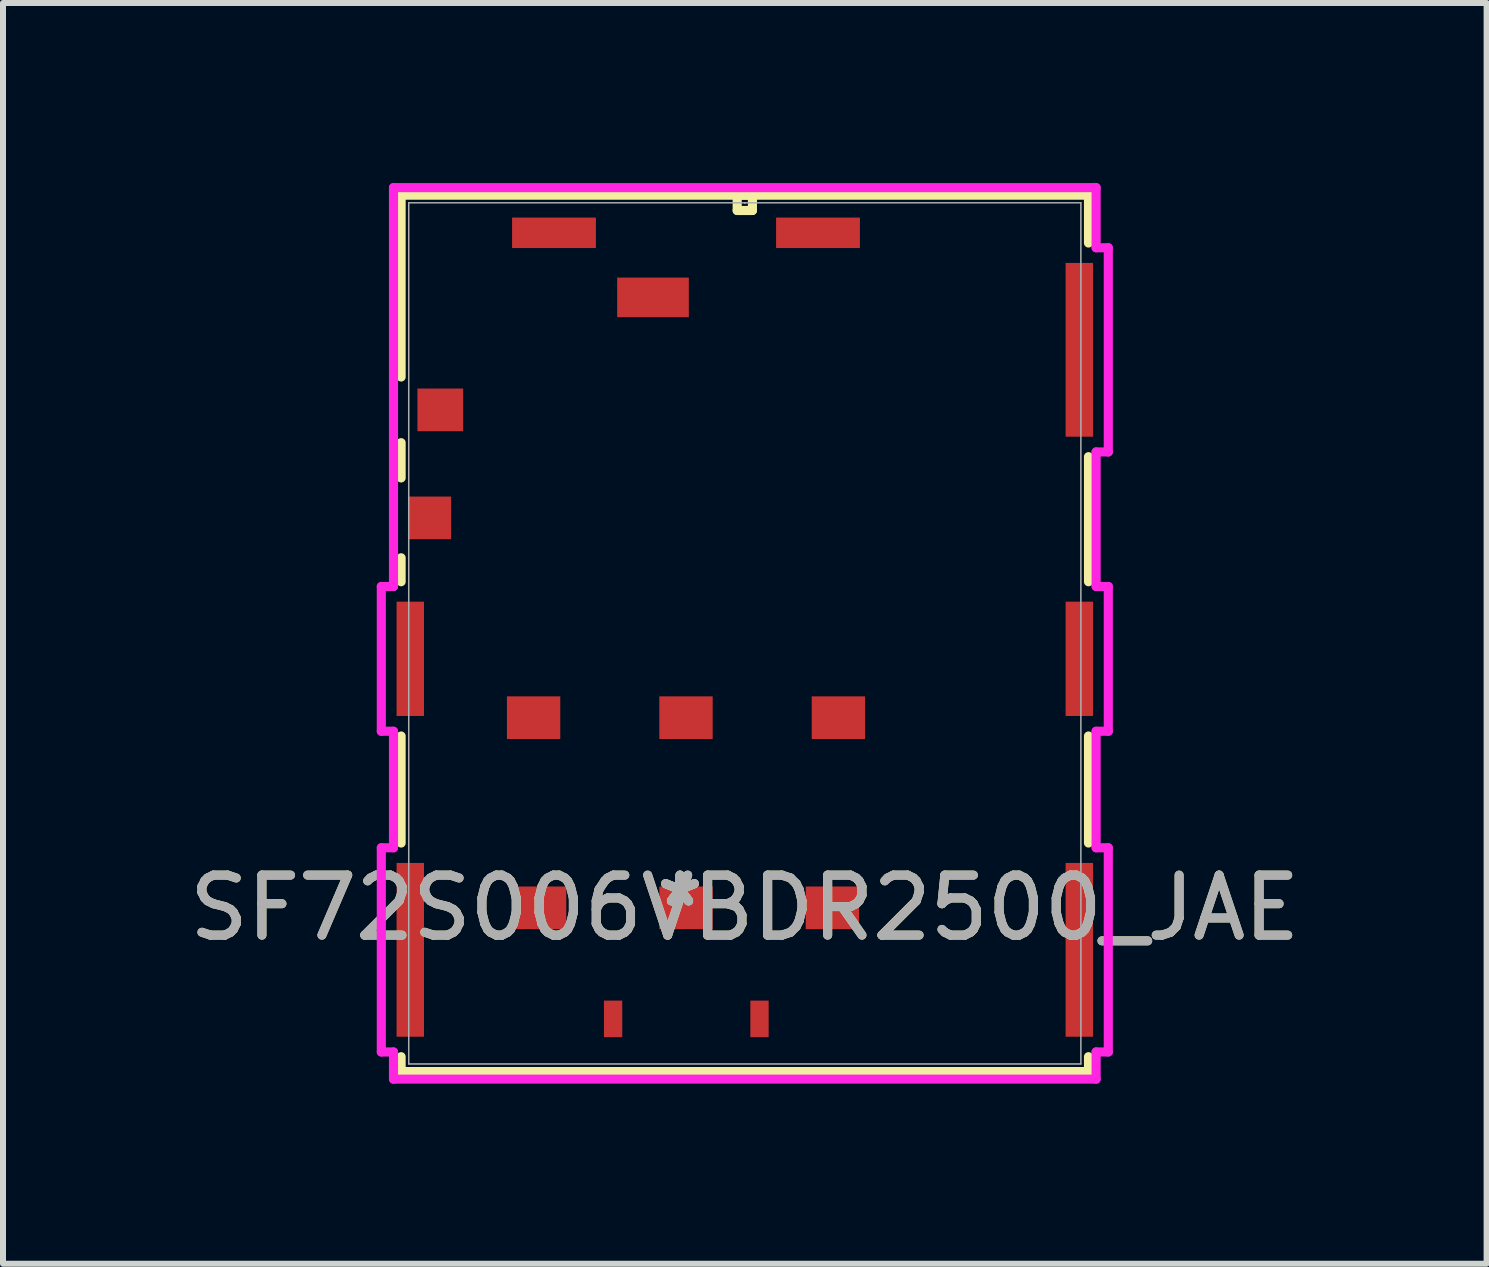
<source format=kicad_pcb>
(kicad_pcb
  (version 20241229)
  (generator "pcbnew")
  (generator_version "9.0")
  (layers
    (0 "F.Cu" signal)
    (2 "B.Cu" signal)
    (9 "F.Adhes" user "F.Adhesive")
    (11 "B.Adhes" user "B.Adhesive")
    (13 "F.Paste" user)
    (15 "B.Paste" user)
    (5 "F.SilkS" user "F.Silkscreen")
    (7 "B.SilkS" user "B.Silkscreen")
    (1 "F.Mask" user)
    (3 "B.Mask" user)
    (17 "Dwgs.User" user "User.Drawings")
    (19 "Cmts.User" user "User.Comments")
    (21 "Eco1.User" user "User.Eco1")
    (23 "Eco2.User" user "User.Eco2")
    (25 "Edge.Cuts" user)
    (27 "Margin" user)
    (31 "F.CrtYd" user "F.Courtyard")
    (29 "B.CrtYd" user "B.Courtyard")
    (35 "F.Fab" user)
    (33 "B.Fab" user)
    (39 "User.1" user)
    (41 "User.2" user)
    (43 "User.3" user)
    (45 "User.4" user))
  (footprint "SF72S006VBDR2500_JAE"
    (layer "F.Cu")
    (at 9.363 7.506)
    (property "Reference" "SF72S006VBDR2500_JAE" (at 0 4.574 0) (unlocked yes) (layer "F.SilkS") (effects (font (size 1 1) (thickness 0.15))))
    (attr smd)
    (fp_line (start -5.728 -7.303) (end -5.728 -4.273) (stroke (width 0.152) (type solid)) (layer "F.SilkS"))
    (fp_line (start -5.728 -3.178) (end -5.728 -2.591) (stroke (width 0.152) (type solid)) (layer "F.SilkS"))
    (fp_line (start -5.728 -1.26) (end -5.728 -0.861) (stroke (width 0.152) (type solid)) (layer "F.SilkS"))
    (fp_line (start -5.728 1.71) (end -5.728 3.494) (stroke (width 0.152) (type solid)) (layer "F.SilkS"))
    (fp_line (start -5.728 7.055) (end -5.728 7.303) (stroke (width 0.152) (type solid)) (layer "F.SilkS"))
    (fp_line (start -5.728 7.303) (end 5.728 7.303) (stroke (width 0.152) (type solid)) (layer "F.SilkS"))
    (fp_line (start -0.127 -7.303) (end -0.127 -7.048) (stroke (width 0.152) (type solid)) (layer "F.SilkS"))
    (fp_line (start -0.127 -7.048) (end 0.127 -7.048) (stroke (width 0.152) (type solid)) (layer "F.SilkS"))
    (fp_line (start 0.127 -7.303) (end -0.127 -7.303) (stroke (width 0.152) (type solid)) (layer "F.SilkS"))
    (fp_line (start 0.127 -7.048) (end 0.127 -7.303) (stroke (width 0.152) (type solid)) (layer "F.SilkS"))
    (fp_line (start 5.728 -7.303) (end -5.728 -7.303) (stroke (width 0.152) (type solid)) (layer "F.SilkS"))
    (fp_line (start 5.728 -6.506) (end 5.728 -7.303) (stroke (width 0.152) (type solid)) (layer "F.SilkS"))
    (fp_line (start 5.728 -0.861) (end 5.728 -2.945) (stroke (width 0.152) (type solid)) (layer "F.SilkS"))
    (fp_line (start 5.728 3.494) (end 5.728 1.71) (stroke (width 0.152) (type solid)) (layer "F.SilkS"))
    (fp_line (start 5.728 7.303) (end 5.728 7.055) (stroke (width 0.152) (type solid)) (layer "F.SilkS"))
    (fp_line (start -6.058 -0.782) (end -6.058 1.631) (stroke (width 0.152) (type solid)) (layer "F.CrtYd"))
    (fp_line (start -6.058 1.631) (end -5.855 1.631) (stroke (width 0.152) (type solid)) (layer "F.CrtYd"))
    (fp_line (start -6.058 3.573) (end -6.058 6.976) (stroke (width 0.152) (type solid)) (layer "F.CrtYd"))
    (fp_line (start -6.058 6.976) (end -5.855 6.976) (stroke (width 0.152) (type solid)) (layer "F.CrtYd"))
    (fp_line (start -5.855 -7.429) (end -5.855 -0.782) (stroke (width 0.152) (type solid)) (layer "F.CrtYd"))
    (fp_line (start -5.855 -0.782) (end -6.058 -0.782) (stroke (width 0.152) (type solid)) (layer "F.CrtYd"))
    (fp_line (start -5.855 1.631) (end -5.855 3.573) (stroke (width 0.152) (type solid)) (layer "F.CrtYd"))
    (fp_line (start -5.855 3.573) (end -6.058 3.573) (stroke (width 0.152) (type solid)) (layer "F.CrtYd"))
    (fp_line (start -5.855 6.976) (end -5.855 7.429) (stroke (width 0.152) (type solid)) (layer "F.CrtYd"))
    (fp_line (start -5.855 7.429) (end 5.855 7.429) (stroke (width 0.152) (type solid)) (layer "F.CrtYd"))
    (fp_line (start 5.855 -7.429) (end -5.855 -7.429) (stroke (width 0.152) (type solid)) (layer "F.CrtYd"))
    (fp_line (start 5.855 -6.427) (end 5.855 -7.429) (stroke (width 0.152) (type solid)) (layer "F.CrtYd"))
    (fp_line (start 5.855 -3.024) (end 6.058 -3.024) (stroke (width 0.152) (type solid)) (layer "F.CrtYd"))
    (fp_line (start 5.855 -0.782) (end 5.855 -3.024) (stroke (width 0.152) (type solid)) (layer "F.CrtYd"))
    (fp_line (start 5.855 1.631) (end 6.058 1.631) (stroke (width 0.152) (type solid)) (layer "F.CrtYd"))
    (fp_line (start 5.855 3.573) (end 5.855 1.631) (stroke (width 0.152) (type solid)) (layer "F.CrtYd"))
    (fp_line (start 5.855 6.976) (end 6.058 6.976) (stroke (width 0.152) (type solid)) (layer "F.CrtYd"))
    (fp_line (start 5.855 7.429) (end 5.855 6.976) (stroke (width 0.152) (type solid)) (layer "F.CrtYd"))
    (fp_line (start 6.058 -6.427) (end 5.855 -6.427) (stroke (width 0.152) (type solid)) (layer "F.CrtYd"))
    (fp_line (start 6.058 -3.024) (end 6.058 -6.427) (stroke (width 0.152) (type solid)) (layer "F.CrtYd"))
    (fp_line (start 6.058 -0.782) (end 5.855 -0.782) (stroke (width 0.152) (type solid)) (layer "F.CrtYd"))
    (fp_line (start 6.058 1.631) (end 6.058 -0.782) (stroke (width 0.152) (type solid)) (layer "F.CrtYd"))
    (fp_line (start 6.058 3.573) (end 5.855 3.573) (stroke (width 0.152) (type solid)) (layer "F.CrtYd"))
    (fp_line (start 6.058 6.976) (end 6.058 3.573) (stroke (width 0.152) (type solid)) (layer "F.CrtYd"))
    (fp_line (start -5.601 -7.176) (end -5.601 7.176) (stroke (width 0.025) (type solid)) (layer "F.Fab"))
    (fp_line (start -5.601 7.176) (end 5.601 7.176) (stroke (width 0.025) (type solid)) (layer "F.Fab"))
    (fp_line (start 0 -7.176) (end 0 -7.176) (stroke (width 0.025) (type solid)) (layer "F.Fab"))
    (fp_line (start 0 -7.176) (end 0 -7.176) (stroke (width 0.025) (type solid)) (layer "F.Fab"))
    (fp_line (start 0 -7.176) (end 0 -7.176) (stroke (width 0.025) (type solid)) (layer "F.Fab"))
    (fp_line (start 0 -7.176) (end 0 -7.176) (stroke (width 0.025) (type solid)) (layer "F.Fab"))
    (fp_line (start 5.601 -7.176) (end -5.601 -7.176) (stroke (width 0.025) (type solid)) (layer "F.Fab"))
    (fp_line (start 5.601 7.176) (end 5.601 -7.176) (stroke (width 0.025) (type solid)) (layer "F.Fab"))
    (fp_text user "*" (at -1.08 4.574 0) (layer "F.SilkS") (effects (font (size 1 1) (thickness 0.15))))
    (fp_text user "*" (at -1.08 4.574 0) (unlocked yes) (layer "F.SilkS") (effects (font (size 1 1) (thickness 0.15))))
    (fp_text user "*" (at -1.08 4.574 0) (layer "F.Fab") (effects (font (size 1 1) (thickness 0.15))))
    (fp_text user "${REFERENCE}" (at 0 4.574 0) (unlocked yes) (layer "F.Fab") (effects (font (size 1 1) (thickness 0.15))))
    (fp_text user "*" (at -1.08 4.574 0) (unlocked yes) (layer "F.Fab") (effects (font (size 1 1) (thickness 0.15))))
    (pad "C1" smd rect (at 1.46 4.574) (size 0.889 0.711) (layers "F.Cu" "F.Mask" "F.Paste"))
    (pad "C2" smd rect (at -0.98 4.574) (size 0.889 0.711) (layers "F.Cu" "F.Mask" "F.Paste"))
    (pad "C3" smd rect (at -3.42 4.574) (size 0.889 0.711) (layers "F.Cu" "F.Mask" "F.Paste"))
    (pad "C5" smd rect (at 1.56 1.405) (size 0.889 0.711) (layers "F.Cu" "F.Mask" "F.Paste"))
    (pad "C6" smd rect (at -0.98 1.405) (size 0.889 0.711) (layers "F.Cu" "F.Mask" "F.Paste"))
    (pad "C7" smd rect (at -3.52 1.405) (size 0.889 0.711) (layers "F.Cu" "F.Mask" "F.Paste"))
    (pad "CSW" smd rect (at -5.25 -1.925) (size 0.711 0.711) (layers "F.Cu" "F.Mask" "F.Paste"))
    (pad "DSW" smd rect (at -1.53 -5.6) (size 1.194 0.66) (layers "F.Cu" "F.Mask" "F.Paste"))
    (pad "GND1" smd rect (at -5.575 5.274) (size 0.457 2.896) (layers "F.Cu" "F.Mask" "F.Paste"))
    (pad "GND2" smd rect (at -5.575 0.424) (size 0.457 1.905) (layers "F.Cu" "F.Mask" "F.Paste"))
    (pad "GND3" smd rect (at -5.075 -3.725) (size 0.762 0.711) (layers "F.Cu" "F.Mask" "F.Paste"))
    (pad "GND4" smd rect (at -3.18 -6.676) (size 1.397 0.508) (layers "F.Cu" "F.Mask" "F.Paste"))
    (pad "GND5" smd rect (at 1.22 -6.676) (size 1.397 0.508) (layers "F.Cu" "F.Mask" "F.Paste"))
    (pad "GND6" smd rect (at 5.575 -4.726) (size 0.457 2.896) (layers "F.Cu" "F.Mask" "F.Paste"))
    (pad "GND7" smd rect (at 5.575 0.424) (size 0.457 1.905) (layers "F.Cu" "F.Mask" "F.Paste"))
    (pad "GND8" smd rect (at 5.575 5.274) (size 0.457 2.896) (layers "F.Cu" "F.Mask" "F.Paste"))
    (pad "GND9" smd rect (at 0.245 6.425) (size 0.305 0.61) (layers "F.Cu" "F.Mask" "F.Paste"))
    (pad "GND10" smd rect (at -2.195 6.425) (size 0.305 0.61) (layers "F.Cu" "F.Mask" "F.Paste")))
  (gr_rect
    (start -3 -3)
    (end 21.726 18.011)
    (stroke (width 0.1) (type default))
    (fill no)
    (layer "Edge.Cuts")))
</source>
